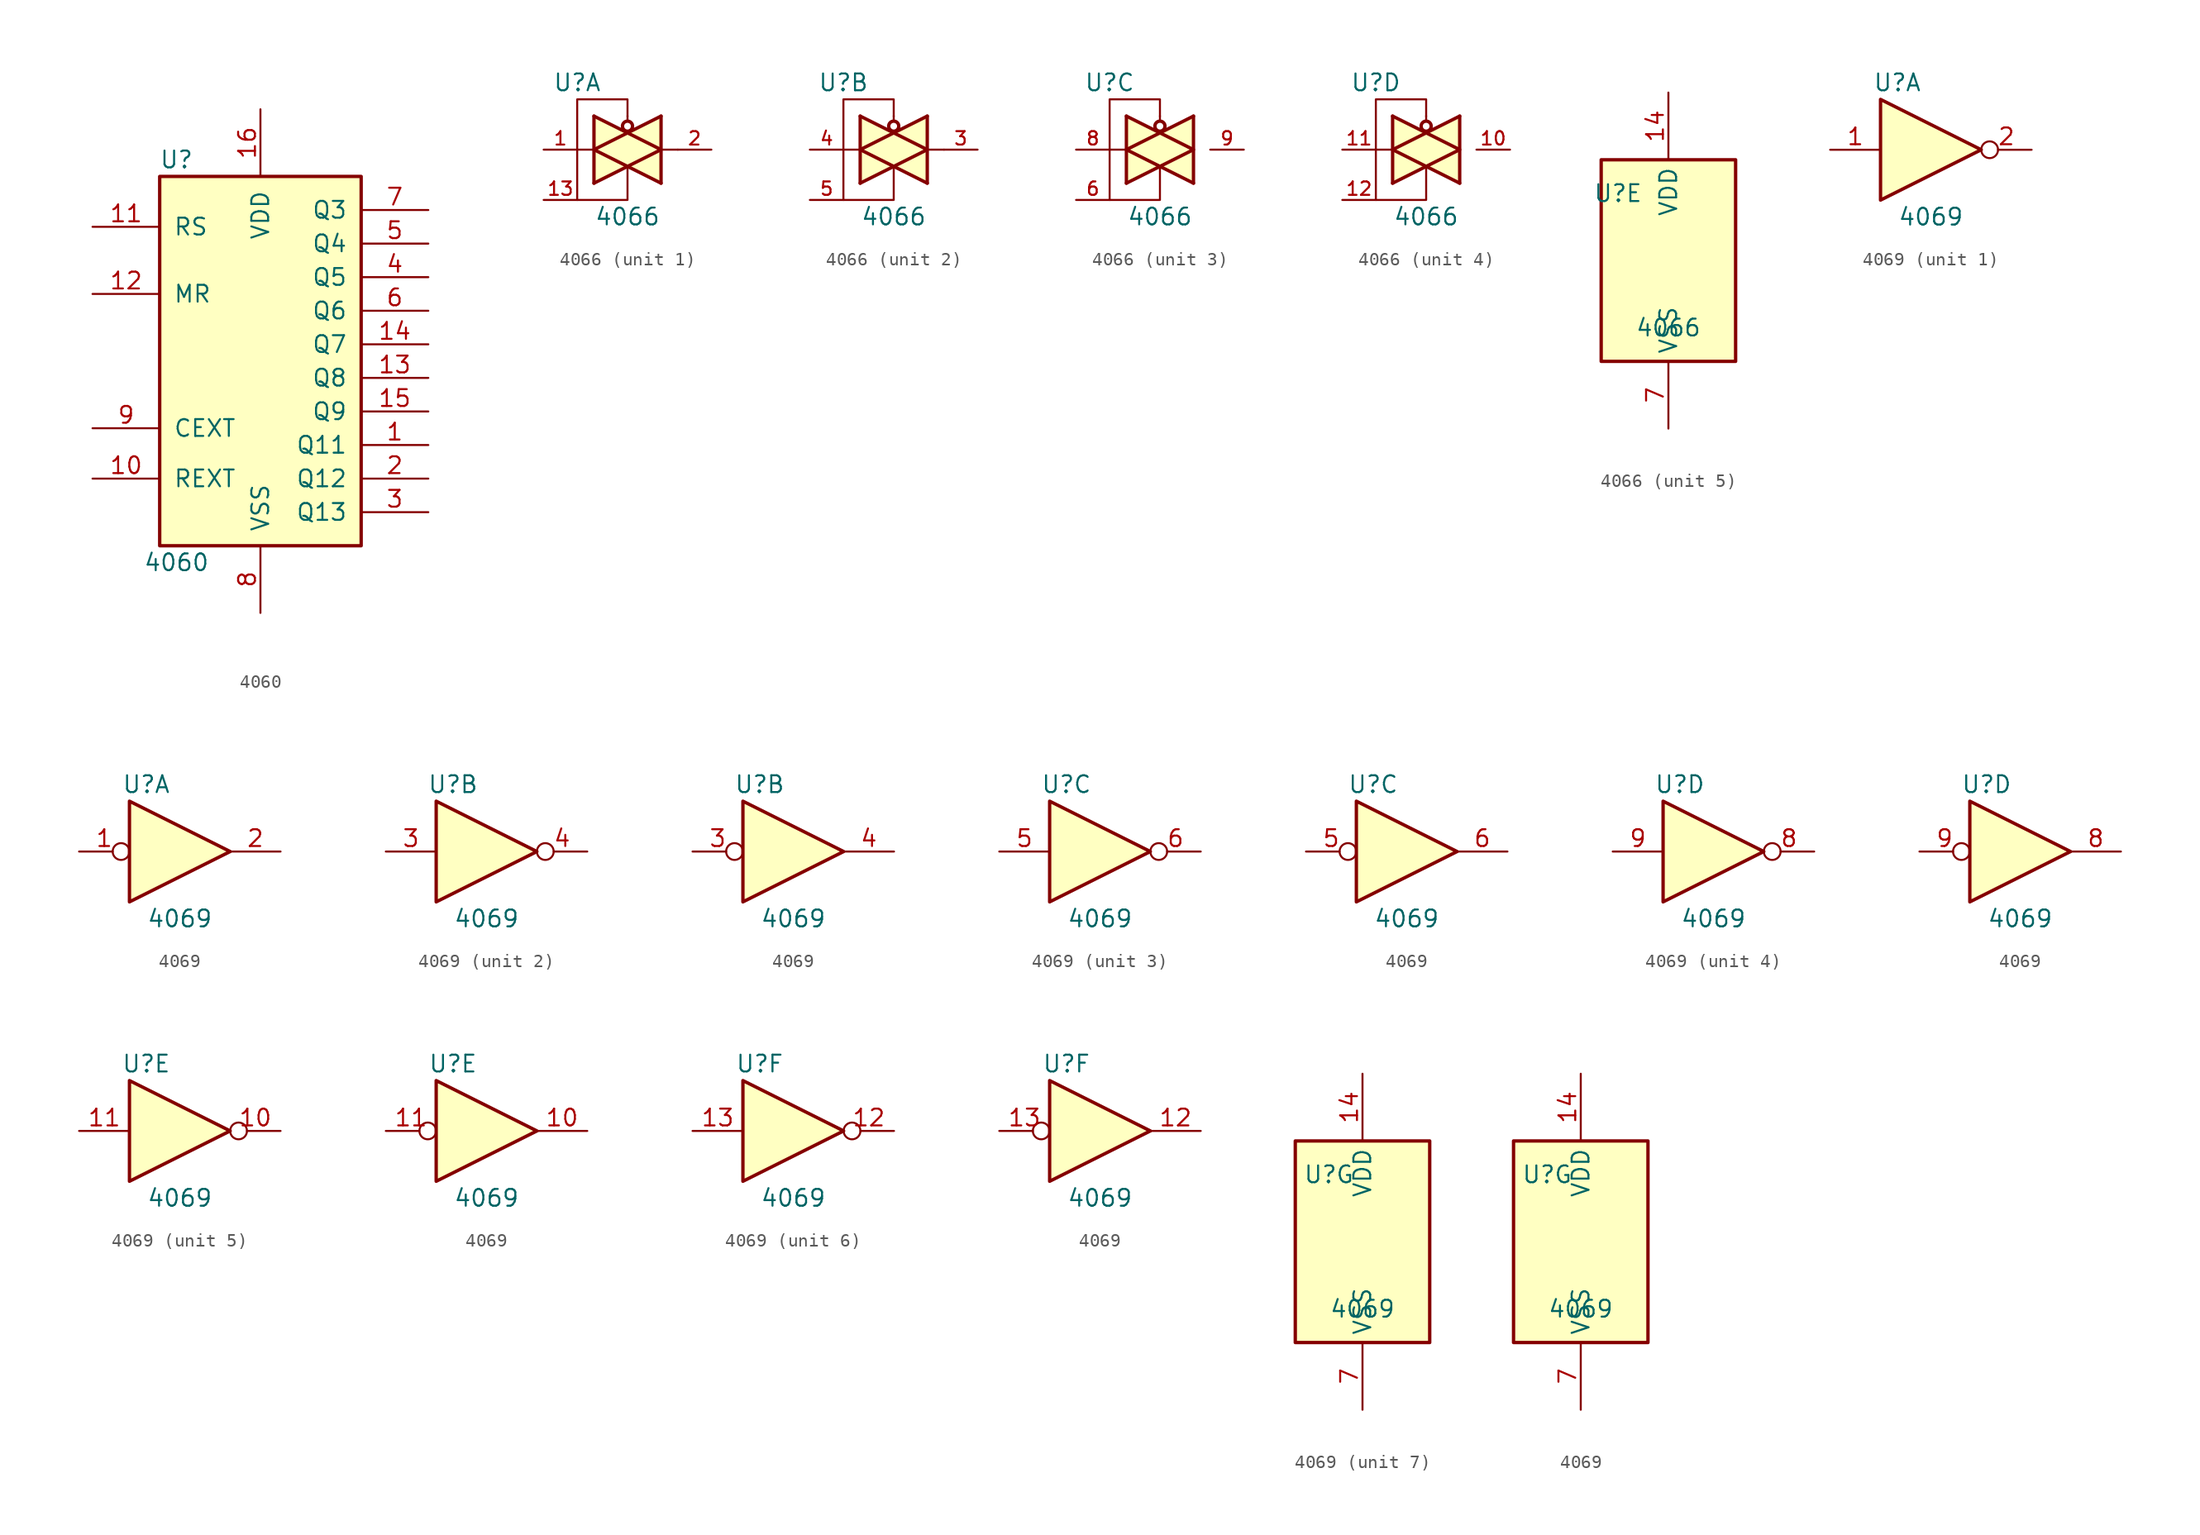
<source format=kicad_sym>
(kicad_symbol_lib
  (version 20211014)
  (generator kicad_symbol_editor)
  (symbol "4060"
    (pin_names
      (offset 1.016))
    (property "Reference" "U"
      (at -6.35 15.24 0)
      (effects (font (size 1.27 1.27))))
    (property "Value" "4060"
      (at -6.35 -15.24 0)
      (effects (font (size 1.27 1.27))))
    (symbol "4060_1_0"
      (pin output line (at 12.7 -6.35 180) (length 5.08) (name "Q11" (effects (font (size 1.27 1.27)))) (number "1" (effects (font (size 1.27 1.27)))))
      (pin input line (at -12.7 -8.89 0) (length 5.08) (name "REXT" (effects (font (size 1.27 1.27)))) (number "10" (effects (font (size 1.27 1.27)))))
      (pin input line (at -12.7 10.16 0) (length 5.08) (name "RS" (effects (font (size 1.27 1.27)))) (number "11" (effects (font (size 1.27 1.27)))))
      (pin input line (at -12.7 5.08 0) (length 5.08) (name "MR" (effects (font (size 1.27 1.27)))) (number "12" (effects (font (size 1.27 1.27)))))
      (pin output line (at 12.7 -1.27 180) (length 5.08) (name "Q8" (effects (font (size 1.27 1.27)))) (number "13" (effects (font (size 1.27 1.27)))))
      (pin output line (at 12.7 1.27 180) (length 5.08) (name "Q7" (effects (font (size 1.27 1.27)))) (number "14" (effects (font (size 1.27 1.27)))))
      (pin output line (at 12.7 -3.81 180) (length 5.08) (name "Q9" (effects (font (size 1.27 1.27)))) (number "15" (effects (font (size 1.27 1.27)))))
      (pin power_in line (at 0 19.05 270) (length 5.08) (name "VDD" (effects (font (size 1.27 1.27)))) (number "16" (effects (font (size 1.27 1.27)))))
      (pin output line (at 12.7 -8.89 180) (length 5.08) (name "Q12" (effects (font (size 1.27 1.27)))) (number "2" (effects (font (size 1.27 1.27)))))
      (pin output line (at 12.7 -11.43 180) (length 5.08) (name "Q13" (effects (font (size 1.27 1.27)))) (number "3" (effects (font (size 1.27 1.27)))))
      (pin output line (at 12.7 6.35 180) (length 5.08) (name "Q5" (effects (font (size 1.27 1.27)))) (number "4" (effects (font (size 1.27 1.27)))))
      (pin output line (at 12.7 8.89 180) (length 5.08) (name "Q4" (effects (font (size 1.27 1.27)))) (number "5" (effects (font (size 1.27 1.27)))))
      (pin output line (at 12.7 3.81 180) (length 5.08) (name "Q6" (effects (font (size 1.27 1.27)))) (number "6" (effects (font (size 1.27 1.27)))))
      (pin output line (at 12.7 11.43 180) (length 5.08) (name "Q3" (effects (font (size 1.27 1.27)))) (number "7" (effects (font (size 1.27 1.27)))))
      (pin power_in line (at 0 -19.05 90) (length 5.08) (name "VSS" (effects (font (size 1.27 1.27)))) (number "8" (effects (font (size 1.27 1.27)))))
      (pin input line (at -12.7 -5.08 0) (length 5.08) (name "CEXT" (effects (font (size 1.27 1.27)))) (number "9" (effects (font (size 1.27 1.27))))))
    (symbol "4060_1_1"
      (rectangle (start -7.62 13.97) (end 7.62 -13.97) (stroke (width 0.254) (type default) (color 0 0 0 0)) (fill (type background)))))
  (symbol "4066"
    (property "Reference" "U"
      (at -3.81 5.08 0)
      (effects (font (size 1.27 1.27))))
    (property "Value" "4066"
      (at 0 -5.08 0)
      (effects (font (size 1.27 1.27))))
    (property "ki_locked" ""
      (at 0 0 0)
      (effects (font (size 1.27 1.27))))
    (symbol "4066_1_0"
      (polyline (pts (xy -3.81 0) (xy -3.81 -3.81)) (stroke (width 0) (type default) (color 0 0 0 0)) (fill (type none)))
      (polyline (pts (xy -3.81 0) (xy -2.54 0)) (stroke (width 0) (type default) (color 0 0 0 0)) (fill (type none)))
      (polyline (pts (xy -2.54 2.54) (xy -2.54 -2.54)) (stroke (width 0.254) (type default) (color 0 0 0 0)) (fill (type none)))
      (polyline (pts (xy 0 2.286) (xy 0 2.54)) (stroke (width 0) (type default) (color 0 0 0 0)) (fill (type none)))
      (polyline (pts (xy 2.54 0) (xy 3.81 0)) (stroke (width 0) (type default) (color 0 0 0 0)) (fill (type none)))
      (polyline (pts (xy 2.54 2.54) (xy 2.54 -2.54)) (stroke (width 0.254) (type default) (color 0 0 0 0)) (fill (type none)))
      (polyline (pts (xy -3.81 -3.81) (xy 0 -3.81) (xy 0 -1.27)) (stroke (width 0) (type default) (color 0 0 0 0)) (fill (type none)))
      (polyline (pts (xy -2.54 -2.54) (xy 2.54 0) (xy -2.54 2.54)) (stroke (width 0.254) (type default) (color 0 0 0 0)) (fill (type background)))
      (polyline (pts (xy 2.54 2.54) (xy -2.54 0) (xy 2.54 -2.54)) (stroke (width 0.254) (type default) (color 0 0 0 0)) (fill (type background)))
      (polyline (pts (xy 0 2.54) (xy 0 3.81) (xy -3.81 3.81) (xy -3.81 0)) (stroke (width 0) (type default) (color 0 0 0 0)) (fill (type none)))
      (circle (center 0 1.778) (radius 0.381) (stroke (width 0.254) (type default) (color 0 0 0 0)) (fill (type none))))
    (symbol "4066_1_1"
      (pin bidirectional line (at -6.35 0 0) (length 2.54) (name "~" (effects (font (size 1.016 1.016)))) (number "1" (effects (font (size 1.016 1.016)))))
      (pin input line (at -6.35 -3.81 0) (length 2.54) (name "~" (effects (font (size 1.016 1.016)))) (number "13" (effects (font (size 1.016 1.016)))))
      (pin bidirectional line (at 6.35 0 180) (length 2.54) (name "~" (effects (font (size 1.016 1.016)))) (number "2" (effects (font (size 1.016 1.016))))))
    (symbol "4066_2_0"
      (polyline (pts (xy -3.81 0) (xy -3.81 -3.81)) (stroke (width 0) (type default) (color 0 0 0 0)) (fill (type none)))
      (polyline (pts (xy -3.81 0) (xy -2.54 0)) (stroke (width 0) (type default) (color 0 0 0 0)) (fill (type none)))
      (polyline (pts (xy -2.54 2.54) (xy -2.54 -2.54)) (stroke (width 0.254) (type default) (color 0 0 0 0)) (fill (type none)))
      (polyline (pts (xy 0 2.286) (xy 0 2.54)) (stroke (width 0) (type default) (color 0 0 0 0)) (fill (type none)))
      (polyline (pts (xy 2.54 0) (xy 3.81 0)) (stroke (width 0) (type default) (color 0 0 0 0)) (fill (type none)))
      (polyline (pts (xy 2.54 2.54) (xy 2.54 -2.54)) (stroke (width 0.254) (type default) (color 0 0 0 0)) (fill (type none)))
      (polyline (pts (xy -3.81 -3.81) (xy 0 -3.81) (xy 0 -1.27)) (stroke (width 0) (type default) (color 0 0 0 0)) (fill (type none)))
      (polyline (pts (xy -2.54 -2.54) (xy 2.54 0) (xy -2.54 2.54)) (stroke (width 0.254) (type default) (color 0 0 0 0)) (fill (type background)))
      (polyline (pts (xy 2.54 2.54) (xy -2.54 0) (xy 2.54 -2.54)) (stroke (width 0.254) (type default) (color 0 0 0 0)) (fill (type background)))
      (polyline (pts (xy 0 2.54) (xy 0 3.81) (xy -3.81 3.81) (xy -3.81 0)) (stroke (width 0) (type default) (color 0 0 0 0)) (fill (type none)))
      (circle (center 0 1.778) (radius 0.381) (stroke (width 0.254) (type default) (color 0 0 0 0)) (fill (type none))))
    (symbol "4066_2_1"
      (pin bidirectional line (at 6.35 0 180) (length 2.54) (name "~" (effects (font (size 1.016 1.016)))) (number "3" (effects (font (size 1.016 1.016)))))
      (pin bidirectional line (at -6.35 0 0) (length 2.54) (name "~" (effects (font (size 1.016 1.016)))) (number "4" (effects (font (size 1.016 1.016)))))
      (pin input line (at -6.35 -3.81 0) (length 2.54) (name "~" (effects (font (size 1.016 1.016)))) (number "5" (effects (font (size 1.016 1.016))))))
    (symbol "4066_3_0"
      (polyline (pts (xy -3.81 0) (xy -3.81 -3.81)) (stroke (width 0) (type default) (color 0 0 0 0)) (fill (type none)))
      (polyline (pts (xy -3.81 0) (xy -2.54 0)) (stroke (width 0) (type default) (color 0 0 0 0)) (fill (type none)))
      (polyline (pts (xy -2.54 2.54) (xy -2.54 -2.54)) (stroke (width 0.254) (type default) (color 0 0 0 0)) (fill (type none)))
      (polyline (pts (xy 0 2.286) (xy 0 2.54)) (stroke (width 0) (type default) (color 0 0 0 0)) (fill (type none)))
      (polyline (pts (xy 2.54 2.54) (xy 2.54 -2.54)) (stroke (width 0.254) (type default) (color 0 0 0 0)) (fill (type none)))
      (polyline (pts (xy -3.81 -3.81) (xy 0 -3.81) (xy 0 -1.27)) (stroke (width 0) (type default) (color 0 0 0 0)) (fill (type none)))
      (polyline (pts (xy -2.54 -2.54) (xy 2.54 0) (xy -2.54 2.54)) (stroke (width 0.254) (type default) (color 0 0 0 0)) (fill (type background)))
      (polyline (pts (xy 2.54 2.54) (xy -2.54 0) (xy 2.54 -2.54)) (stroke (width 0.254) (type default) (color 0 0 0 0)) (fill (type background)))
      (polyline (pts (xy 0 2.54) (xy 0 3.81) (xy -3.81 3.81) (xy -3.81 0)) (stroke (width 0) (type default) (color 0 0 0 0)) (fill (type none)))
      (circle (center 0 1.778) (radius 0.381) (stroke (width 0.254) (type default) (color 0 0 0 0)) (fill (type none))))
    (symbol "4066_3_1"
      (pin input line (at -6.35 -3.81 0) (length 2.54) (name "~" (effects (font (size 1.016 1.016)))) (number "6" (effects (font (size 1.016 1.016)))))
      (pin bidirectional line (at -6.35 0 0) (length 2.54) (name "~" (effects (font (size 1.016 1.016)))) (number "8" (effects (font (size 1.016 1.016)))))
      (pin bidirectional line (at 6.35 0 180) (length 2.54) (name "~" (effects (font (size 1.016 1.016)))) (number "9" (effects (font (size 1.016 1.016))))))
    (symbol "4066_4_0"
      (polyline (pts (xy -3.81 0) (xy -3.81 -3.81)) (stroke (width 0) (type default) (color 0 0 0 0)) (fill (type none)))
      (polyline (pts (xy -3.81 0) (xy -2.54 0)) (stroke (width 0) (type default) (color 0 0 0 0)) (fill (type none)))
      (polyline (pts (xy -2.54 2.54) (xy -2.54 -2.54)) (stroke (width 0.254) (type default) (color 0 0 0 0)) (fill (type none)))
      (polyline (pts (xy 0 2.286) (xy 0 2.54)) (stroke (width 0) (type default) (color 0 0 0 0)) (fill (type none)))
      (polyline (pts (xy 2.54 2.54) (xy 2.54 -2.54)) (stroke (width 0.254) (type default) (color 0 0 0 0)) (fill (type none)))
      (polyline (pts (xy -3.81 -3.81) (xy 0 -3.81) (xy 0 -1.27)) (stroke (width 0) (type default) (color 0 0 0 0)) (fill (type none)))
      (polyline (pts (xy -2.54 -2.54) (xy 2.54 0) (xy -2.54 2.54)) (stroke (width 0.254) (type default) (color 0 0 0 0)) (fill (type background)))
      (polyline (pts (xy 2.54 2.54) (xy -2.54 0) (xy 2.54 -2.54)) (stroke (width 0.254) (type default) (color 0 0 0 0)) (fill (type background)))
      (polyline (pts (xy 0 2.54) (xy 0 3.81) (xy -3.81 3.81) (xy -3.81 0)) (stroke (width 0) (type default) (color 0 0 0 0)) (fill (type none)))
      (circle (center 0 1.778) (radius 0.381) (stroke (width 0.254) (type default) (color 0 0 0 0)) (fill (type none))))
    (symbol "4066_4_1"
      (pin bidirectional line (at 6.35 0 180) (length 2.54) (name "~" (effects (font (size 1.016 1.016)))) (number "10" (effects (font (size 1.016 1.016)))))
      (pin bidirectional line (at -6.35 0 0) (length 2.54) (name "~" (effects (font (size 1.016 1.016)))) (number "11" (effects (font (size 1.016 1.016)))))
      (pin input line (at -6.35 -3.81 0) (length 2.54) (name "~" (effects (font (size 1.016 1.016)))) (number "12" (effects (font (size 1.016 1.016))))))
    (symbol "4066_5_0"
      (pin power_in line (at 0 12.7 270) (length 5.08) (name "VDD" (effects (font (size 1.27 1.27)))) (number "14" (effects (font (size 1.27 1.27)))))
      (pin power_in line (at 0 -12.7 90) (length 5.08) (name "VSS" (effects (font (size 1.27 1.27)))) (number "7" (effects (font (size 1.27 1.27))))))
    (symbol "4066_5_1"
      (rectangle (start -5.08 7.62) (end 5.08 -7.62) (stroke (width 0.254) (type default) (color 0 0 0 0)) (fill (type background)))))
  (symbol "4069"
    (property "Reference" "U"
      (at -2.54 5.08 0)
      (effects (font (size 1.27 1.27))))
    (property "Value" "4069"
      (at 0 -5.08 0)
      (effects (font (size 1.27 1.27))))
    (property "ki_locked" ""
      (at 0 0 0)
      (effects (font (size 1.27 1.27))))
    (symbol "4069_1_0"
      (polyline (pts (xy -3.81 3.81) (xy -3.81 -3.81) (xy 3.81 0) (xy -3.81 3.81)) (stroke (width 0.254) (type default) (color 0 0 0 0)) (fill (type background))))
    (symbol "4069_1_1"
      (pin input line (at -7.62 0 0) (length 3.81) (name "~" (effects (font (size 1.27 1.27)))) (number "1" (effects (font (size 1.27 1.27)))))
      (pin output inverted (at 7.62 0 180) (length 3.81) (name "~" (effects (font (size 1.27 1.27)))) (number "2" (effects (font (size 1.27 1.27))))))
    (symbol "4069_1_2"
      (pin input inverted (at -7.62 0 0) (length 3.81) (name "~" (effects (font (size 1.27 1.27)))) (number "1" (effects (font (size 1.27 1.27)))))
      (pin output line (at 7.62 0 180) (length 3.81) (name "~" (effects (font (size 1.27 1.27)))) (number "2" (effects (font (size 1.27 1.27))))))
    (symbol "4069_2_0"
      (polyline (pts (xy -3.81 3.81) (xy -3.81 -3.81) (xy 3.81 0) (xy -3.81 3.81)) (stroke (width 0.254) (type default) (color 0 0 0 0)) (fill (type background))))
    (symbol "4069_2_1"
      (pin input line (at -7.62 0 0) (length 3.81) (name "~" (effects (font (size 1.27 1.27)))) (number "3" (effects (font (size 1.27 1.27)))))
      (pin output inverted (at 7.62 0 180) (length 3.81) (name "~" (effects (font (size 1.27 1.27)))) (number "4" (effects (font (size 1.27 1.27))))))
    (symbol "4069_2_2"
      (pin input inverted (at -7.62 0 0) (length 3.81) (name "~" (effects (font (size 1.27 1.27)))) (number "3" (effects (font (size 1.27 1.27)))))
      (pin output line (at 7.62 0 180) (length 3.81) (name "~" (effects (font (size 1.27 1.27)))) (number "4" (effects (font (size 1.27 1.27))))))
    (symbol "4069_3_0"
      (polyline (pts (xy -3.81 3.81) (xy -3.81 -3.81) (xy 3.81 0) (xy -3.81 3.81)) (stroke (width 0.254) (type default) (color 0 0 0 0)) (fill (type background))))
    (symbol "4069_3_1"
      (pin input line (at -7.62 0 0) (length 3.81) (name "~" (effects (font (size 1.27 1.27)))) (number "5" (effects (font (size 1.27 1.27)))))
      (pin output inverted (at 7.62 0 180) (length 3.81) (name "~" (effects (font (size 1.27 1.27)))) (number "6" (effects (font (size 1.27 1.27))))))
    (symbol "4069_3_2"
      (pin input inverted (at -7.62 0 0) (length 3.81) (name "~" (effects (font (size 1.27 1.27)))) (number "5" (effects (font (size 1.27 1.27)))))
      (pin output line (at 7.62 0 180) (length 3.81) (name "~" (effects (font (size 1.27 1.27)))) (number "6" (effects (font (size 1.27 1.27))))))
    (symbol "4069_4_0"
      (polyline (pts (xy -3.81 3.81) (xy -3.81 -3.81) (xy 3.81 0) (xy -3.81 3.81)) (stroke (width 0.254) (type default) (color 0 0 0 0)) (fill (type background))))
    (symbol "4069_4_1"
      (pin output inverted (at 7.62 0 180) (length 3.81) (name "~" (effects (font (size 1.27 1.27)))) (number "8" (effects (font (size 1.27 1.27)))))
      (pin input line (at -7.62 0 0) (length 3.81) (name "~" (effects (font (size 1.27 1.27)))) (number "9" (effects (font (size 1.27 1.27))))))
    (symbol "4069_4_2"
      (pin output line (at 7.62 0 180) (length 3.81) (name "~" (effects (font (size 1.27 1.27)))) (number "8" (effects (font (size 1.27 1.27)))))
      (pin input inverted (at -7.62 0 0) (length 3.81) (name "~" (effects (font (size 1.27 1.27)))) (number "9" (effects (font (size 1.27 1.27))))))
    (symbol "4069_5_0"
      (polyline (pts (xy -3.81 3.81) (xy -3.81 -3.81) (xy 3.81 0) (xy -3.81 3.81)) (stroke (width 0.254) (type default) (color 0 0 0 0)) (fill (type background))))
    (symbol "4069_5_1"
      (pin output inverted (at 7.62 0 180) (length 3.81) (name "~" (effects (font (size 1.27 1.27)))) (number "10" (effects (font (size 1.27 1.27)))))
      (pin input line (at -7.62 0 0) (length 3.81) (name "~" (effects (font (size 1.27 1.27)))) (number "11" (effects (font (size 1.27 1.27))))))
    (symbol "4069_5_2"
      (pin output line (at 7.62 0 180) (length 3.81) (name "~" (effects (font (size 1.27 1.27)))) (number "10" (effects (font (size 1.27 1.27)))))
      (pin input inverted (at -7.62 0 0) (length 3.81) (name "~" (effects (font (size 1.27 1.27)))) (number "11" (effects (font (size 1.27 1.27))))))
    (symbol "4069_6_0"
      (polyline (pts (xy -3.81 3.81) (xy -3.81 -3.81) (xy 3.81 0) (xy -3.81 3.81)) (stroke (width 0.254) (type default) (color 0 0 0 0)) (fill (type background))))
    (symbol "4069_6_1"
      (pin output inverted (at 7.62 0 180) (length 3.81) (name "~" (effects (font (size 1.27 1.27)))) (number "12" (effects (font (size 1.27 1.27)))))
      (pin input line (at -7.62 0 0) (length 3.81) (name "~" (effects (font (size 1.27 1.27)))) (number "13" (effects (font (size 1.27 1.27))))))
    (symbol "4069_6_2"
      (pin output line (at 7.62 0 180) (length 3.81) (name "~" (effects (font (size 1.27 1.27)))) (number "12" (effects (font (size 1.27 1.27)))))
      (pin input inverted (at -7.62 0 0) (length 3.81) (name "~" (effects (font (size 1.27 1.27)))) (number "13" (effects (font (size 1.27 1.27))))))
    (symbol "4069_7_0"
      (pin power_in line (at 0 12.7 270) (length 5.08) (name "VDD" (effects (font (size 1.27 1.27)))) (number "14" (effects (font (size 1.27 1.27)))))
      (pin power_in line (at 0 -12.7 90) (length 5.08) (name "VSS" (effects (font (size 1.27 1.27)))) (number "7" (effects (font (size 1.27 1.27))))))
    (symbol "4069_7_1"
      (rectangle (start -5.08 7.62) (end 5.08 -7.62) (stroke (width 0.254) (type default) (color 0 0 0 0)) (fill (type background))))
    (symbol "4069_7_2"
      (rectangle (start -5.08 7.62) (end 5.08 -7.62) (stroke (width 0.254) (type default) (color 0 0 0 0)) (fill (type background))))))
</source>
